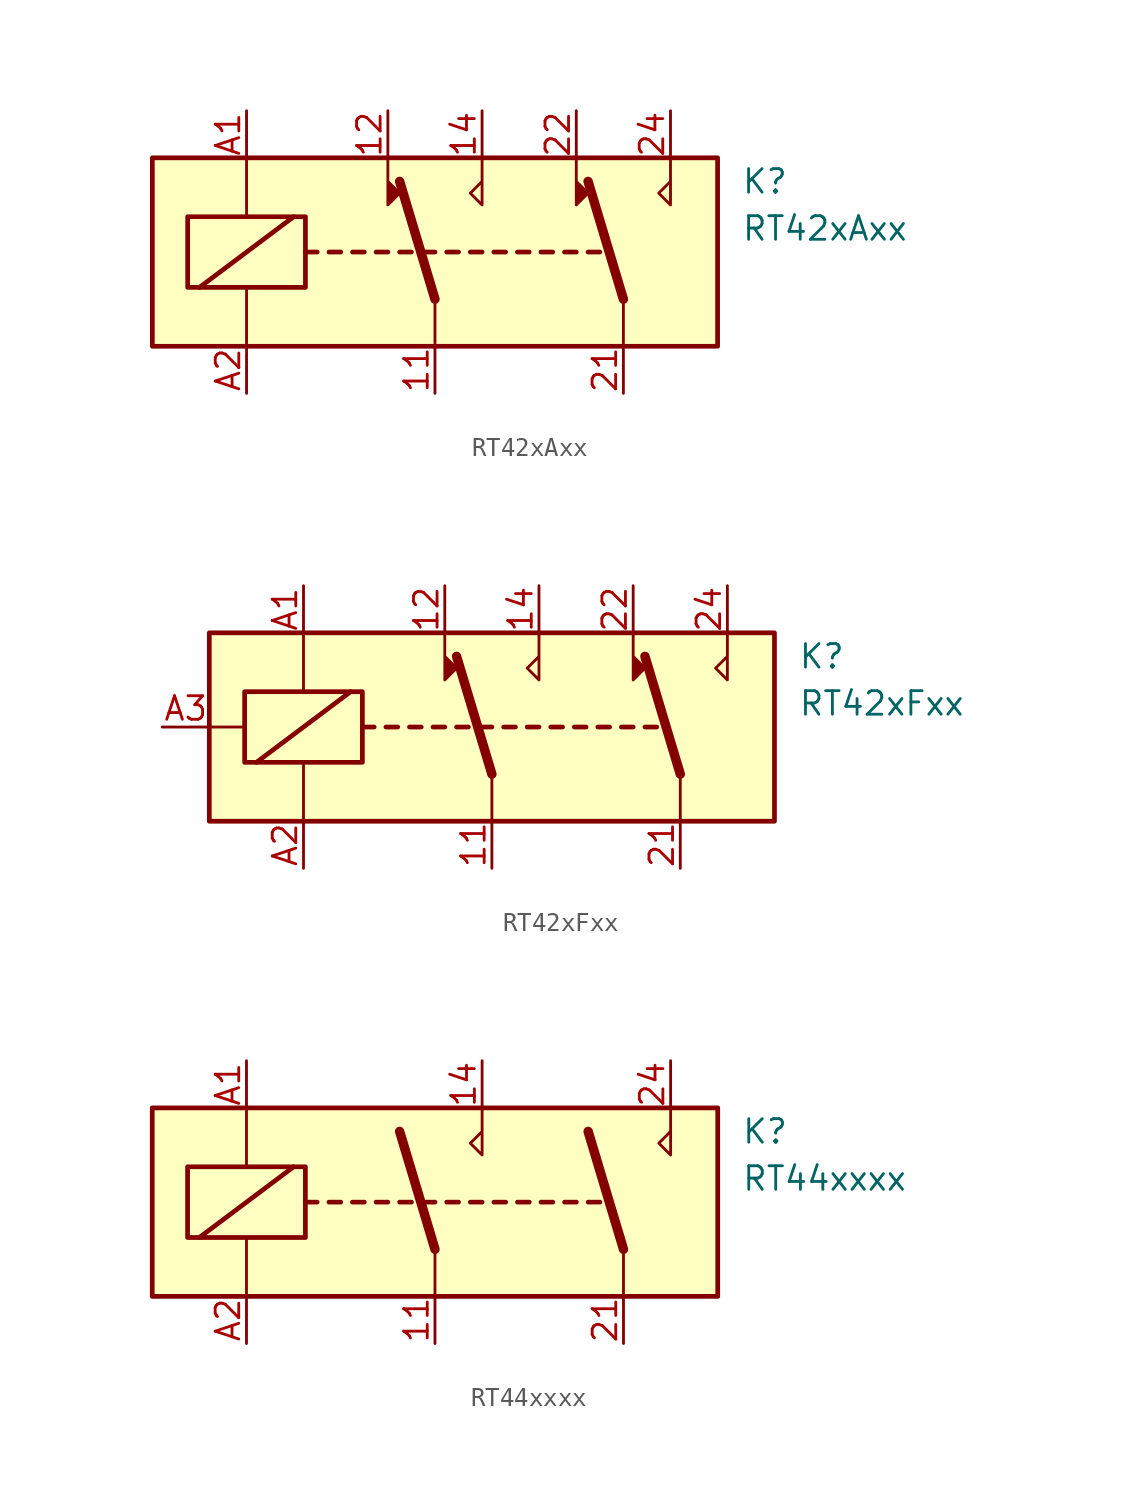
<source format=kicad_sym>
(kicad_symbol_lib
  (version 20241209)
  (generator "kicad_symbol_editor")
  (generator_version "9.0")
  (symbol "RT42xAxx"
    (property "Reference" "K"
      (at 16.51 3.81 0)
      (effects (font (size 1.27 1.27)) (justify left)))
    (property "Value" "RT42xAxx"
      (at 16.51 1.27 0)
      (effects (font (size 1.27 1.27)) (justify left)))
    (symbol "RT42xAxx_0_0"
      (polyline (pts (xy -7.62 1.905) (xy -12.7 -1.905)) (stroke (width 0.254) (type default)) (fill (type none))))
    (symbol "RT42xAxx_0_1"
      (rectangle (start -15.24 5.08) (end 15.24 -5.08) (stroke (width 0.254) (type default)) (fill (type background)))
      (rectangle (start -13.335 1.905) (end -6.985 -1.905) (stroke (width 0.254) (type default)) (fill (type none)))
      (polyline (pts (xy -10.16 5.08) (xy -10.16 1.905)) (stroke (width 0) (type default)) (fill (type none)))
      (polyline (pts (xy -10.16 -5.08) (xy -10.16 -1.905)) (stroke (width 0) (type default)) (fill (type none)))
      (polyline (pts (xy -6.985 0) (xy -6.35 0)) (stroke (width 0.254) (type default)) (fill (type none)))
      (polyline (pts (xy -5.715 0) (xy -5.08 0)) (stroke (width 0.254) (type default)) (fill (type none)))
      (polyline (pts (xy -4.445 0) (xy -3.81 0)) (stroke (width 0.254) (type default)) (fill (type none)))
      (polyline (pts (xy -3.175 0) (xy -2.54 0)) (stroke (width 0.254) (type default)) (fill (type none)))
      (polyline (pts (xy -2.54 5.08) (xy -2.54 2.54) (xy -1.905 3.175) (xy -2.54 3.81)) (stroke (width 0) (type default)) (fill (type outline)))
      (polyline (pts (xy -1.905 0) (xy -1.27 0)) (stroke (width 0.254) (type default)) (fill (type none)))
      (polyline (pts (xy -0.635 0) (xy 0 0)) (stroke (width 0.254) (type default)) (fill (type none)))
      (polyline (pts (xy 0 -2.54) (xy -1.905 3.81)) (stroke (width 0.508) (type default)) (fill (type none)))
      (polyline (pts (xy 0 -2.54) (xy 0 -5.08)) (stroke (width 0) (type default)) (fill (type none)))
      (polyline (pts (xy 0.635 0) (xy 1.27 0)) (stroke (width 0.254) (type default)) (fill (type none)))
      (polyline (pts (xy 1.905 0) (xy 2.54 0)) (stroke (width 0.254) (type default)) (fill (type none)))
      (polyline (pts (xy 2.54 5.08) (xy 2.54 2.54) (xy 1.905 3.175) (xy 2.54 3.81)) (stroke (width 0) (type default)) (fill (type none)))
      (polyline (pts (xy 3.175 0) (xy 3.81 0)) (stroke (width 0.254) (type default)) (fill (type none)))
      (polyline (pts (xy 4.445 0) (xy 5.08 0)) (stroke (width 0.254) (type default)) (fill (type none)))
      (polyline (pts (xy 5.715 0) (xy 6.35 0)) (stroke (width 0.254) (type default)) (fill (type none)))
      (polyline (pts (xy 6.985 0) (xy 7.62 0)) (stroke (width 0.254) (type default)) (fill (type none)))
      (polyline (pts (xy 7.62 5.08) (xy 7.62 2.54) (xy 8.255 3.175) (xy 7.62 3.81)) (stroke (width 0) (type default)) (fill (type outline)))
      (polyline (pts (xy 8.255 0) (xy 8.89 0)) (stroke (width 0.254) (type default)) (fill (type none)))
      (polyline (pts (xy 10.16 -2.54) (xy 8.255 3.81)) (stroke (width 0.508) (type default)) (fill (type none)))
      (polyline (pts (xy 10.16 -2.54) (xy 10.16 -5.08)) (stroke (width 0) (type default)) (fill (type none)))
      (polyline (pts (xy 12.7 5.08) (xy 12.7 2.54) (xy 12.065 3.175) (xy 12.7 3.81)) (stroke (width 0) (type default)) (fill (type none))))
    (symbol "RT42xAxx_1_1"
      (pin passive line (at -10.16 7.62 270) (length 2.54) (name "~" (effects (font (size 1.27 1.27)))) (number "A1" (effects (font (size 1.27 1.27)))))
      (pin passive line (at -10.16 -7.62 90) (length 2.54) (name "~" (effects (font (size 1.27 1.27)))) (number "A2" (effects (font (size 1.27 1.27)))))
      (pin passive line (at -2.54 7.62 270) (length 2.54) (name "~" (effects (font (size 1.27 1.27)))) (number "12" (effects (font (size 1.27 1.27)))))
      (pin passive line (at 0 -7.62 90) (length 2.54) (name "~" (effects (font (size 1.27 1.27)))) (number "11" (effects (font (size 1.27 1.27)))))
      (pin passive line (at 2.54 7.62 270) (length 2.54) (name "~" (effects (font (size 1.27 1.27)))) (number "14" (effects (font (size 1.27 1.27)))))
      (pin passive line (at 7.62 7.62 270) (length 2.54) (name "~" (effects (font (size 1.27 1.27)))) (number "22" (effects (font (size 1.27 1.27)))))
      (pin passive line (at 10.16 -7.62 90) (length 2.54) (name "~" (effects (font (size 1.27 1.27)))) (number "21" (effects (font (size 1.27 1.27)))))
      (pin passive line (at 12.7 7.62 270) (length 2.54) (name "~" (effects (font (size 1.27 1.27)))) (number "24" (effects (font (size 1.27 1.27)))))))
  (symbol "RT42xFxx"
    (property "Reference" "K"
      (at 16.51 3.81 0)
      (effects (font (size 1.27 1.27)) (justify left)))
    (property "Value" "RT42xFxx"
      (at 16.51 1.27 0)
      (effects (font (size 1.27 1.27)) (justify left)))
    (symbol "RT42xFxx_0_0"
      (polyline (pts (xy -7.62 1.905) (xy -12.7 -1.905)) (stroke (width 0.254) (type default)) (fill (type none))))
    (symbol "RT42xFxx_0_1"
      (rectangle (start -15.24 5.08) (end 15.24 -5.08) (stroke (width 0.254) (type default)) (fill (type background)))
      (rectangle (start -15.24 0) (end -13.335 0) (stroke (width 0) (type default)) (fill (type none)))
      (rectangle (start -13.335 1.905) (end -6.985 -1.905) (stroke (width 0.254) (type default)) (fill (type none)))
      (polyline (pts (xy -10.16 5.08) (xy -10.16 1.905)) (stroke (width 0) (type default)) (fill (type none)))
      (polyline (pts (xy -10.16 -5.08) (xy -10.16 -1.905)) (stroke (width 0) (type default)) (fill (type none)))
      (polyline (pts (xy -6.985 0) (xy -6.35 0)) (stroke (width 0.254) (type default)) (fill (type none)))
      (polyline (pts (xy -5.715 0) (xy -5.08 0)) (stroke (width 0.254) (type default)) (fill (type none)))
      (polyline (pts (xy -4.445 0) (xy -3.81 0)) (stroke (width 0.254) (type default)) (fill (type none)))
      (polyline (pts (xy -3.175 0) (xy -2.54 0)) (stroke (width 0.254) (type default)) (fill (type none)))
      (polyline (pts (xy -2.54 5.08) (xy -2.54 2.54) (xy -1.905 3.175) (xy -2.54 3.81)) (stroke (width 0) (type default)) (fill (type outline)))
      (polyline (pts (xy -1.905 0) (xy -1.27 0)) (stroke (width 0.254) (type default)) (fill (type none)))
      (polyline (pts (xy -0.635 0) (xy 0 0)) (stroke (width 0.254) (type default)) (fill (type none)))
      (polyline (pts (xy 0 -2.54) (xy -1.905 3.81)) (stroke (width 0.508) (type default)) (fill (type none)))
      (polyline (pts (xy 0 -2.54) (xy 0 -5.08)) (stroke (width 0) (type default)) (fill (type none)))
      (polyline (pts (xy 0.635 0) (xy 1.27 0)) (stroke (width 0.254) (type default)) (fill (type none)))
      (polyline (pts (xy 1.905 0) (xy 2.54 0)) (stroke (width 0.254) (type default)) (fill (type none)))
      (polyline (pts (xy 2.54 5.08) (xy 2.54 2.54) (xy 1.905 3.175) (xy 2.54 3.81)) (stroke (width 0) (type default)) (fill (type none)))
      (polyline (pts (xy 3.175 0) (xy 3.81 0)) (stroke (width 0.254) (type default)) (fill (type none)))
      (polyline (pts (xy 4.445 0) (xy 5.08 0)) (stroke (width 0.254) (type default)) (fill (type none)))
      (polyline (pts (xy 5.715 0) (xy 6.35 0)) (stroke (width 0.254) (type default)) (fill (type none)))
      (polyline (pts (xy 6.985 0) (xy 7.62 0)) (stroke (width 0.254) (type default)) (fill (type none)))
      (polyline (pts (xy 7.62 5.08) (xy 7.62 2.54) (xy 8.255 3.175) (xy 7.62 3.81)) (stroke (width 0) (type default)) (fill (type outline)))
      (polyline (pts (xy 8.255 0) (xy 8.89 0)) (stroke (width 0.254) (type default)) (fill (type none)))
      (polyline (pts (xy 10.16 -2.54) (xy 8.255 3.81)) (stroke (width 0.508) (type default)) (fill (type none)))
      (polyline (pts (xy 10.16 -2.54) (xy 10.16 -5.08)) (stroke (width 0) (type default)) (fill (type none)))
      (polyline (pts (xy 12.7 5.08) (xy 12.7 2.54) (xy 12.065 3.175) (xy 12.7 3.81)) (stroke (width 0) (type default)) (fill (type none))))
    (symbol "RT42xFxx_1_1"
      (pin passive line (at -17.78 0 0) (length 2.54) (name "~" (effects (font (size 1.27 1.27)))) (number "A3" (effects (font (size 1.27 1.27)))))
      (pin passive line (at -10.16 7.62 270) (length 2.54) (name "~" (effects (font (size 1.27 1.27)))) (number "A1" (effects (font (size 1.27 1.27)))))
      (pin passive line (at -10.16 -7.62 90) (length 2.54) (name "~" (effects (font (size 1.27 1.27)))) (number "A2" (effects (font (size 1.27 1.27)))))
      (pin passive line (at -2.54 7.62 270) (length 2.54) (name "~" (effects (font (size 1.27 1.27)))) (number "12" (effects (font (size 1.27 1.27)))))
      (pin passive line (at 0 -7.62 90) (length 2.54) (name "~" (effects (font (size 1.27 1.27)))) (number "11" (effects (font (size 1.27 1.27)))))
      (pin passive line (at 2.54 7.62 270) (length 2.54) (name "~" (effects (font (size 1.27 1.27)))) (number "14" (effects (font (size 1.27 1.27)))))
      (pin passive line (at 7.62 7.62 270) (length 2.54) (name "~" (effects (font (size 1.27 1.27)))) (number "22" (effects (font (size 1.27 1.27)))))
      (pin passive line (at 10.16 -7.62 90) (length 2.54) (name "~" (effects (font (size 1.27 1.27)))) (number "21" (effects (font (size 1.27 1.27)))))
      (pin passive line (at 12.7 7.62 270) (length 2.54) (name "~" (effects (font (size 1.27 1.27)))) (number "24" (effects (font (size 1.27 1.27)))))))
  (symbol "RT44xxxx"
    (property "Reference" "K"
      (at 16.51 3.81 0)
      (effects (font (size 1.27 1.27)) (justify left)))
    (property "Value" "RT44xxxx"
      (at 16.51 1.27 0)
      (effects (font (size 1.27 1.27)) (justify left)))
    (symbol "RT44xxxx_0_1"
      (rectangle (start -15.24 5.08) (end 15.24 -5.08) (stroke (width 0.254) (type default)) (fill (type background)))
      (rectangle (start -13.335 1.905) (end -6.985 -1.905) (stroke (width 0.254) (type default)) (fill (type none)))
      (polyline (pts (xy -12.7 -1.905) (xy -7.62 1.905)) (stroke (width 0.254) (type default)) (fill (type none)))
      (polyline (pts (xy -10.16 5.08) (xy -10.16 1.905)) (stroke (width 0) (type default)) (fill (type none)))
      (polyline (pts (xy -10.16 -5.08) (xy -10.16 -1.905)) (stroke (width 0) (type default)) (fill (type none)))
      (polyline (pts (xy -6.985 0) (xy -6.35 0)) (stroke (width 0.254) (type default)) (fill (type none)))
      (polyline (pts (xy -5.715 0) (xy -5.08 0)) (stroke (width 0.254) (type default)) (fill (type none)))
      (polyline (pts (xy -4.445 0) (xy -3.81 0)) (stroke (width 0.254) (type default)) (fill (type none)))
      (polyline (pts (xy -3.175 0) (xy -2.54 0)) (stroke (width 0.254) (type default)) (fill (type none)))
      (polyline (pts (xy -1.905 0) (xy -1.27 0)) (stroke (width 0.254) (type default)) (fill (type none)))
      (polyline (pts (xy -0.635 0) (xy 0 0)) (stroke (width 0.254) (type default)) (fill (type none)))
      (polyline (pts (xy 0 -2.54) (xy -1.905 3.81)) (stroke (width 0.508) (type default)) (fill (type none)))
      (polyline (pts (xy 0 -2.54) (xy 0 -5.08)) (stroke (width 0) (type default)) (fill (type none)))
      (polyline (pts (xy 0.635 0) (xy 1.27 0)) (stroke (width 0.254) (type default)) (fill (type none)))
      (polyline (pts (xy 1.905 0) (xy 2.54 0)) (stroke (width 0.254) (type default)) (fill (type none)))
      (polyline (pts (xy 2.54 5.08) (xy 2.54 2.54) (xy 1.905 3.175) (xy 2.54 3.81)) (stroke (width 0) (type default)) (fill (type none)))
      (polyline (pts (xy 3.175 0) (xy 3.81 0)) (stroke (width 0.254) (type default)) (fill (type none)))
      (polyline (pts (xy 4.445 0) (xy 5.08 0)) (stroke (width 0.254) (type default)) (fill (type none)))
      (polyline (pts (xy 5.715 0) (xy 6.35 0)) (stroke (width 0.254) (type default)) (fill (type none)))
      (polyline (pts (xy 6.985 0) (xy 7.62 0)) (stroke (width 0.254) (type default)) (fill (type none)))
      (polyline (pts (xy 8.255 0) (xy 8.89 0)) (stroke (width 0.254) (type default)) (fill (type none)))
      (polyline (pts (xy 10.16 -2.54) (xy 8.255 3.81)) (stroke (width 0.508) (type default)) (fill (type none)))
      (polyline (pts (xy 10.16 -2.54) (xy 10.16 -5.08)) (stroke (width 0) (type default)) (fill (type none)))
      (polyline (pts (xy 12.7 5.08) (xy 12.7 2.54) (xy 12.065 3.175) (xy 12.7 3.81)) (stroke (width 0) (type default)) (fill (type none))))
    (symbol "RT44xxxx_1_1"
      (pin passive line (at -10.16 7.62 270) (length 2.54) (name "~" (effects (font (size 1.27 1.27)))) (number "A1" (effects (font (size 1.27 1.27)))))
      (pin passive line (at -10.16 -7.62 90) (length 2.54) (name "~" (effects (font (size 1.27 1.27)))) (number "A2" (effects (font (size 1.27 1.27)))))
      (pin passive line (at 0 -7.62 90) (length 2.54) (name "~" (effects (font (size 1.27 1.27)))) (number "11" (effects (font (size 1.27 1.27)))))
      (pin passive line (at 2.54 7.62 270) (length 2.54) (name "~" (effects (font (size 1.27 1.27)))) (number "14" (effects (font (size 1.27 1.27)))))
      (pin passive line (at 10.16 -7.62 90) (length 2.54) (name "~" (effects (font (size 1.27 1.27)))) (number "21" (effects (font (size 1.27 1.27)))))
      (pin passive line (at 12.7 7.62 270) (length 2.54) (name "~" (effects (font (size 1.27 1.27)))) (number "24" (effects (font (size 1.27 1.27))))))))
</source>
